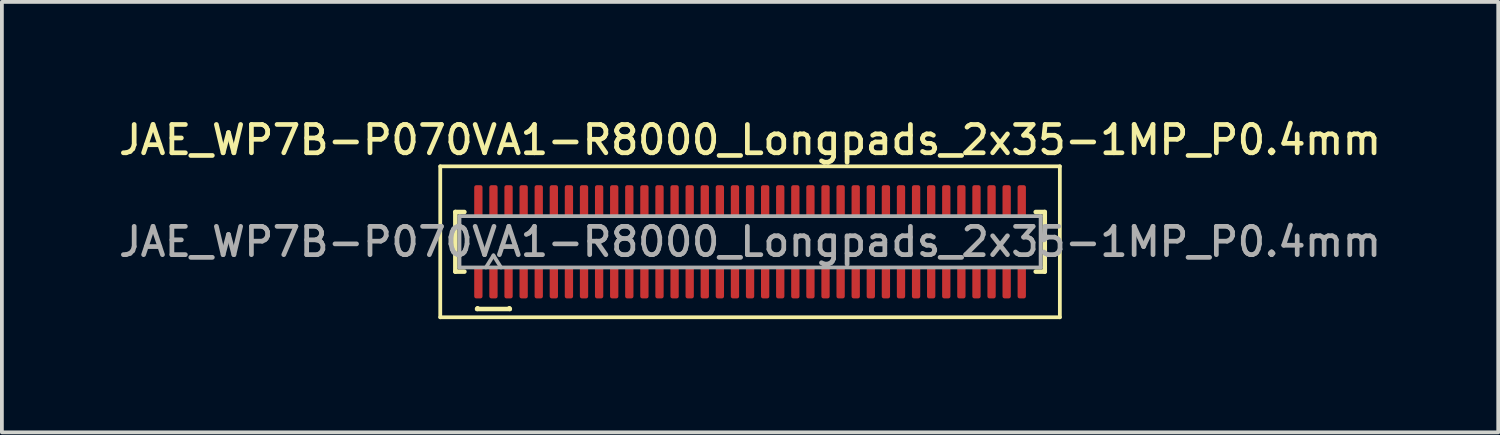
<source format=kicad_pcb>
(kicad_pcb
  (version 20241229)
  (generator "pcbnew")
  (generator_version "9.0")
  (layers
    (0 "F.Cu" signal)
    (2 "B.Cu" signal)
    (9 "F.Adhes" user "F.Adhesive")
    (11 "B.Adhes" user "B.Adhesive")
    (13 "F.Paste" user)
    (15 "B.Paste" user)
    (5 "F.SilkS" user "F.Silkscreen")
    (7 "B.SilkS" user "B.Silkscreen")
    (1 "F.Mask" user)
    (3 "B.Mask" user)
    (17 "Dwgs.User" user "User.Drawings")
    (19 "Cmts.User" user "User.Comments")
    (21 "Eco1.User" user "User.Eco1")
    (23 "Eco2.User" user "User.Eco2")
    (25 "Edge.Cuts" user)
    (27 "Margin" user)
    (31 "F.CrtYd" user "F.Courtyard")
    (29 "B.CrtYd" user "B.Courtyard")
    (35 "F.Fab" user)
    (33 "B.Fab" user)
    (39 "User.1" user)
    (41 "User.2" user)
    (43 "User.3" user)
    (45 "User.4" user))
  (footprint "JAE_WP7B-P070VA1-R8000_Longpads_2x35-1MP_P0.4mm"
    (layer "F.Cu")
    (at 16.827 3.358)
    (property "Reference" "JAE_WP7B-P070VA1-R8000_Longpads_2x35-1MP_P0.4mm" (at 0 -2.7 0) (layer "F.SilkS") (effects (font (size 0.75 0.75) (thickness 0.125))))
    (attr smd)
    (fp_line (start -8.21 -2) (end -8.21 2) (stroke (width 0.1) (type solid)) (layer "F.SilkS"))
    (fp_line (start -8.21 2) (end 8.21 2) (stroke (width 0.1) (type solid)) (layer "F.SilkS"))
    (fp_line (start -7.81 -0.79) (end -7.57 -0.79) (stroke (width 0.12) (type solid)) (layer "F.SilkS"))
    (fp_line (start -7.81 0.79) (end -7.81 -0.79) (stroke (width 0.12) (type solid)) (layer "F.SilkS"))
    (fp_line (start -7.57 0.79) (end -7.81 0.79) (stroke (width 0.12) (type solid)) (layer "F.SilkS"))
    (fp_line (start -7.233 1.78) (end -7.221 1.76) (stroke (width 0.12) (type solid)) (layer "F.SilkS"))
    (fp_line (start -6.379 1.76) (end -6.367 1.78) (stroke (width 0.12) (type solid)) (layer "F.SilkS"))
    (fp_line (start -6.367 1.78) (end -7.233 1.78) (stroke (width 0.12) (type solid)) (layer "F.SilkS"))
    (fp_line (start 7.57 -0.79) (end 7.81 -0.79) (stroke (width 0.12) (type solid)) (layer "F.SilkS"))
    (fp_line (start 7.81 -0.79) (end 7.81 0.79) (stroke (width 0.12) (type solid)) (layer "F.SilkS"))
    (fp_line (start 7.81 0.79) (end 7.57 0.79) (stroke (width 0.12) (type solid)) (layer "F.SilkS"))
    (fp_line (start 8.21 -2) (end -8.21 -2) (stroke (width 0.1) (type solid)) (layer "F.SilkS"))
    (fp_line (start 8.21 2) (end 8.21 -2) (stroke (width 0.1) (type solid)) (layer "F.SilkS"))
    (fp_line (start -7.7 -0.68) (end 7.7 -0.68) (stroke (width 0.1) (type solid)) (layer "F.Fab"))
    (fp_line (start -7.7 0.68) (end -7.7 -0.68) (stroke (width 0.1) (type solid)) (layer "F.Fab"))
    (fp_line (start -7 0.68) (end -6.8 0.36) (stroke (width 0.1) (type solid)) (layer "F.Fab"))
    (fp_line (start -6.8 0.36) (end -6.6 0.68) (stroke (width 0.1) (type solid)) (layer "F.Fab"))
    (fp_line (start 7.7 -0.68) (end 7.7 0.68) (stroke (width 0.1) (type solid)) (layer "F.Fab"))
    (fp_line (start 7.7 0.68) (end -7.7 0.68) (stroke (width 0.1) (type solid)) (layer "F.Fab"))
    (fp_text user "${REFERENCE}" (at 0 0 0) (layer "F.Fab") (effects (font (size 0.75 0.75) (thickness 0.125))))
    (pad "1" smd roundrect (at -6.8 1.075) (size 0.22 0.85) (layers "F.Cu" "F.Mask" "F.Paste") (roundrect_rratio 0.25))
    (pad "2" smd roundrect (at -6.8 -1.075) (size 0.22 0.85) (layers "F.Cu" "F.Mask" "F.Paste") (roundrect_rratio 0.25))
    (pad "3" smd roundrect (at -6.4 1.075) (size 0.22 0.85) (layers "F.Cu" "F.Mask" "F.Paste") (roundrect_rratio 0.25))
    (pad "4" smd roundrect (at -6.4 -1.075) (size 0.22 0.85) (layers "F.Cu" "F.Mask" "F.Paste") (roundrect_rratio 0.25))
    (pad "5" smd roundrect (at -6 1.075) (size 0.22 0.85) (layers "F.Cu" "F.Mask" "F.Paste") (roundrect_rratio 0.25))
    (pad "6" smd roundrect (at -6 -1.075) (size 0.22 0.85) (layers "F.Cu" "F.Mask" "F.Paste") (roundrect_rratio 0.25))
    (pad "7" smd roundrect (at -5.6 1.075) (size 0.22 0.85) (layers "F.Cu" "F.Mask" "F.Paste") (roundrect_rratio 0.25))
    (pad "8" smd roundrect (at -5.6 -1.075) (size 0.22 0.85) (layers "F.Cu" "F.Mask" "F.Paste") (roundrect_rratio 0.25))
    (pad "9" smd roundrect (at -5.2 1.075) (size 0.22 0.85) (layers "F.Cu" "F.Mask" "F.Paste") (roundrect_rratio 0.25))
    (pad "10" smd roundrect (at -5.2 -1.075) (size 0.22 0.85) (layers "F.Cu" "F.Mask" "F.Paste") (roundrect_rratio 0.25))
    (pad "11" smd roundrect (at -4.8 1.075) (size 0.22 0.85) (layers "F.Cu" "F.Mask" "F.Paste") (roundrect_rratio 0.25))
    (pad "12" smd roundrect (at -4.8 -1.075) (size 0.22 0.85) (layers "F.Cu" "F.Mask" "F.Paste") (roundrect_rratio 0.25))
    (pad "13" smd roundrect (at -4.4 1.075) (size 0.22 0.85) (layers "F.Cu" "F.Mask" "F.Paste") (roundrect_rratio 0.25))
    (pad "14" smd roundrect (at -4.4 -1.075) (size 0.22 0.85) (layers "F.Cu" "F.Mask" "F.Paste") (roundrect_rratio 0.25))
    (pad "15" smd roundrect (at -4 1.075) (size 0.22 0.85) (layers "F.Cu" "F.Mask" "F.Paste") (roundrect_rratio 0.25))
    (pad "16" smd roundrect (at -4 -1.075) (size 0.22 0.85) (layers "F.Cu" "F.Mask" "F.Paste") (roundrect_rratio 0.25))
    (pad "17" smd roundrect (at -3.6 1.075) (size 0.22 0.85) (layers "F.Cu" "F.Mask" "F.Paste") (roundrect_rratio 0.25))
    (pad "18" smd roundrect (at -3.6 -1.075) (size 0.22 0.85) (layers "F.Cu" "F.Mask" "F.Paste") (roundrect_rratio 0.25))
    (pad "19" smd roundrect (at -3.2 1.075) (size 0.22 0.85) (layers "F.Cu" "F.Mask" "F.Paste") (roundrect_rratio 0.25))
    (pad "20" smd roundrect (at -3.2 -1.075) (size 0.22 0.85) (layers "F.Cu" "F.Mask" "F.Paste") (roundrect_rratio 0.25))
    (pad "21" smd roundrect (at -2.8 1.075) (size 0.22 0.85) (layers "F.Cu" "F.Mask" "F.Paste") (roundrect_rratio 0.25))
    (pad "22" smd roundrect (at -2.8 -1.075) (size 0.22 0.85) (layers "F.Cu" "F.Mask" "F.Paste") (roundrect_rratio 0.25))
    (pad "23" smd roundrect (at -2.4 1.075) (size 0.22 0.85) (layers "F.Cu" "F.Mask" "F.Paste") (roundrect_rratio 0.25))
    (pad "24" smd roundrect (at -2.4 -1.075) (size 0.22 0.85) (layers "F.Cu" "F.Mask" "F.Paste") (roundrect_rratio 0.25))
    (pad "25" smd roundrect (at -2 1.075) (size 0.22 0.85) (layers "F.Cu" "F.Mask" "F.Paste") (roundrect_rratio 0.25))
    (pad "26" smd roundrect (at -2 -1.075) (size 0.22 0.85) (layers "F.Cu" "F.Mask" "F.Paste") (roundrect_rratio 0.25))
    (pad "27" smd roundrect (at -1.6 1.075) (size 0.22 0.85) (layers "F.Cu" "F.Mask" "F.Paste") (roundrect_rratio 0.25))
    (pad "28" smd roundrect (at -1.6 -1.075) (size 0.22 0.85) (layers "F.Cu" "F.Mask" "F.Paste") (roundrect_rratio 0.25))
    (pad "29" smd roundrect (at -1.2 1.075) (size 0.22 0.85) (layers "F.Cu" "F.Mask" "F.Paste") (roundrect_rratio 0.25))
    (pad "30" smd roundrect (at -1.2 -1.075) (size 0.22 0.85) (layers "F.Cu" "F.Mask" "F.Paste") (roundrect_rratio 0.25))
    (pad "31" smd roundrect (at -0.8 1.075) (size 0.22 0.85) (layers "F.Cu" "F.Mask" "F.Paste") (roundrect_rratio 0.25))
    (pad "32" smd roundrect (at -0.8 -1.075) (size 0.22 0.85) (layers "F.Cu" "F.Mask" "F.Paste") (roundrect_rratio 0.25))
    (pad "33" smd roundrect (at -0.4 1.075) (size 0.22 0.85) (layers "F.Cu" "F.Mask" "F.Paste") (roundrect_rratio 0.25))
    (pad "34" smd roundrect (at -0.4 -1.075) (size 0.22 0.85) (layers "F.Cu" "F.Mask" "F.Paste") (roundrect_rratio 0.25))
    (pad "35" smd roundrect (at 0 1.075) (size 0.22 0.85) (layers "F.Cu" "F.Mask" "F.Paste") (roundrect_rratio 0.25))
    (pad "36" smd roundrect (at 0 -1.075) (size 0.22 0.85) (layers "F.Cu" "F.Mask" "F.Paste") (roundrect_rratio 0.25))
    (pad "37" smd roundrect (at 0.4 1.075) (size 0.22 0.85) (layers "F.Cu" "F.Mask" "F.Paste") (roundrect_rratio 0.25))
    (pad "38" smd roundrect (at 0.4 -1.075) (size 0.22 0.85) (layers "F.Cu" "F.Mask" "F.Paste") (roundrect_rratio 0.25))
    (pad "39" smd roundrect (at 0.8 1.075) (size 0.22 0.85) (layers "F.Cu" "F.Mask" "F.Paste") (roundrect_rratio 0.25))
    (pad "40" smd roundrect (at 0.8 -1.075) (size 0.22 0.85) (layers "F.Cu" "F.Mask" "F.Paste") (roundrect_rratio 0.25))
    (pad "41" smd roundrect (at 1.2 1.075) (size 0.22 0.85) (layers "F.Cu" "F.Mask" "F.Paste") (roundrect_rratio 0.25))
    (pad "42" smd roundrect (at 1.2 -1.075) (size 0.22 0.85) (layers "F.Cu" "F.Mask" "F.Paste") (roundrect_rratio 0.25))
    (pad "43" smd roundrect (at 1.6 1.075) (size 0.22 0.85) (layers "F.Cu" "F.Mask" "F.Paste") (roundrect_rratio 0.25))
    (pad "44" smd roundrect (at 1.6 -1.075) (size 0.22 0.85) (layers "F.Cu" "F.Mask" "F.Paste") (roundrect_rratio 0.25))
    (pad "45" smd roundrect (at 2 1.075) (size 0.22 0.85) (layers "F.Cu" "F.Mask" "F.Paste") (roundrect_rratio 0.25))
    (pad "46" smd roundrect (at 2 -1.075) (size 0.22 0.85) (layers "F.Cu" "F.Mask" "F.Paste") (roundrect_rratio 0.25))
    (pad "47" smd roundrect (at 2.4 1.075) (size 0.22 0.85) (layers "F.Cu" "F.Mask" "F.Paste") (roundrect_rratio 0.25))
    (pad "48" smd roundrect (at 2.4 -1.075) (size 0.22 0.85) (layers "F.Cu" "F.Mask" "F.Paste") (roundrect_rratio 0.25))
    (pad "49" smd roundrect (at 2.8 1.075) (size 0.22 0.85) (layers "F.Cu" "F.Mask" "F.Paste") (roundrect_rratio 0.25))
    (pad "50" smd roundrect (at 2.8 -1.075) (size 0.22 0.85) (layers "F.Cu" "F.Mask" "F.Paste") (roundrect_rratio 0.25))
    (pad "51" smd roundrect (at 3.2 1.075) (size 0.22 0.85) (layers "F.Cu" "F.Mask" "F.Paste") (roundrect_rratio 0.25))
    (pad "52" smd roundrect (at 3.2 -1.075) (size 0.22 0.85) (layers "F.Cu" "F.Mask" "F.Paste") (roundrect_rratio 0.25))
    (pad "53" smd roundrect (at 3.6 1.075) (size 0.22 0.85) (layers "F.Cu" "F.Mask" "F.Paste") (roundrect_rratio 0.25))
    (pad "54" smd roundrect (at 3.6 -1.075) (size 0.22 0.85) (layers "F.Cu" "F.Mask" "F.Paste") (roundrect_rratio 0.25))
    (pad "55" smd roundrect (at 4 1.075) (size 0.22 0.85) (layers "F.Cu" "F.Mask" "F.Paste") (roundrect_rratio 0.25))
    (pad "56" smd roundrect (at 4 -1.075) (size 0.22 0.85) (layers "F.Cu" "F.Mask" "F.Paste") (roundrect_rratio 0.25))
    (pad "57" smd roundrect (at 4.4 1.075) (size 0.22 0.85) (layers "F.Cu" "F.Mask" "F.Paste") (roundrect_rratio 0.25))
    (pad "58" smd roundrect (at 4.4 -1.075) (size 0.22 0.85) (layers "F.Cu" "F.Mask" "F.Paste") (roundrect_rratio 0.25))
    (pad "59" smd roundrect (at 4.8 1.075) (size 0.22 0.85) (layers "F.Cu" "F.Mask" "F.Paste") (roundrect_rratio 0.25))
    (pad "60" smd roundrect (at 4.8 -1.075) (size 0.22 0.85) (layers "F.Cu" "F.Mask" "F.Paste") (roundrect_rratio 0.25))
    (pad "61" smd roundrect (at 5.2 1.075) (size 0.22 0.85) (layers "F.Cu" "F.Mask" "F.Paste") (roundrect_rratio 0.25))
    (pad "62" smd roundrect (at 5.2 -1.075) (size 0.22 0.85) (layers "F.Cu" "F.Mask" "F.Paste") (roundrect_rratio 0.25))
    (pad "63" smd roundrect (at 5.6 1.075) (size 0.22 0.85) (layers "F.Cu" "F.Mask" "F.Paste") (roundrect_rratio 0.25))
    (pad "64" smd roundrect (at 5.6 -1.075) (size 0.22 0.85) (layers "F.Cu" "F.Mask" "F.Paste") (roundrect_rratio 0.25))
    (pad "65" smd roundrect (at 6 1.075) (size 0.22 0.85) (layers "F.Cu" "F.Mask" "F.Paste") (roundrect_rratio 0.25))
    (pad "66" smd roundrect (at 6 -1.075) (size 0.22 0.85) (layers "F.Cu" "F.Mask" "F.Paste") (roundrect_rratio 0.25))
    (pad "67" smd roundrect (at 6.4 1.075) (size 0.22 0.85) (layers "F.Cu" "F.Mask" "F.Paste") (roundrect_rratio 0.25))
    (pad "68" smd roundrect (at 6.4 -1.075) (size 0.22 0.85) (layers "F.Cu" "F.Mask" "F.Paste") (roundrect_rratio 0.25))
    (pad "69" smd roundrect (at 6.8 1.075) (size 0.22 0.85) (layers "F.Cu" "F.Mask" "F.Paste") (roundrect_rratio 0.25))
    (pad "70" smd roundrect (at 6.8 -1.075) (size 0.22 0.85) (layers "F.Cu" "F.Mask" "F.Paste") (roundrect_rratio 0.25))
    (pad "MP" smd roundrect (at -7.2 -1.075) (size 0.22 0.85) (layers "F.Cu" "F.Mask" "F.Paste") (roundrect_rratio 0.25))
    (pad "MP" smd roundrect (at -7.2 1.075) (size 0.22 0.85) (layers "F.Cu" "F.Mask" "F.Paste") (roundrect_rratio 0.25))
    (pad "MP" smd roundrect (at 7.2 -1.075) (size 0.22 0.85) (layers "F.Cu" "F.Mask" "F.Paste") (roundrect_rratio 0.25))
    (pad "MP" smd roundrect (at 7.2 1.075) (size 0.22 0.85) (layers "F.Cu" "F.Mask" "F.Paste") (roundrect_rratio 0.25)))
  (gr_rect
    (start -3 -3)
    (end 36.654 8.408)
    (stroke (width 0.1) (type default))
    (fill no)
    (layer "Edge.Cuts")))
</source>
